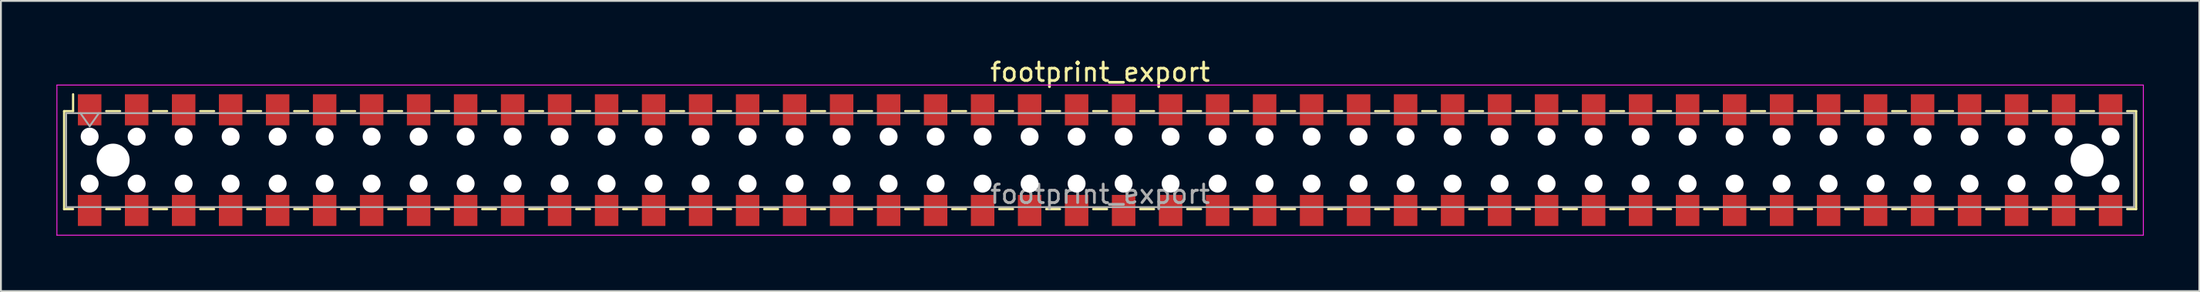
<source format=kicad_pcb>
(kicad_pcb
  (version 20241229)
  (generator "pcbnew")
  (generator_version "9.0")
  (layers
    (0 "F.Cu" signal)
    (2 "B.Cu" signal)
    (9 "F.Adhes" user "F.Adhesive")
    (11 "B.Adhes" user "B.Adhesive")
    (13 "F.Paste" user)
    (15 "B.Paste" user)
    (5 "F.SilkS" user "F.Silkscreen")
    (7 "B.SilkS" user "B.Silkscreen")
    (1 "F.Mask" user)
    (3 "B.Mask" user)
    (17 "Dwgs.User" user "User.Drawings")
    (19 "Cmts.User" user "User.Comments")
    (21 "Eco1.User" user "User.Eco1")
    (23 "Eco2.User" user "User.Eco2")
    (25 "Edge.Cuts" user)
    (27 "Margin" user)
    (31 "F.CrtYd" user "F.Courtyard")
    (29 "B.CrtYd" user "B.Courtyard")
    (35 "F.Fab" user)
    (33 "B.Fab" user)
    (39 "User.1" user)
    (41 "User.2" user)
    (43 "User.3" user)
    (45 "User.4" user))
  (footprint "footprint_export"
    (layer "F.Cu")
    (at 56.405 5.608)
    (property "Reference" "footprint_export" (at 0 -4.76 0) (layer "F.SilkS") (effects (font (size 1 1) (thickness 0.15))))
    (attr smd)
    (fp_line (start -55.99 -2.65) (end -55.99 2.65) (stroke (width 0.12) (type solid)) (layer "F.SilkS"))
    (fp_line (start -55.99 2.65) (end -55.505 2.65) (stroke (width 0.12) (type solid)) (layer "F.SilkS"))
    (fp_line (start -55.505 -3.56) (end -55.505 -2.65) (stroke (width 0.12) (type solid)) (layer "F.SilkS"))
    (fp_line (start -55.505 -2.65) (end -55.99 -2.65) (stroke (width 0.12) (type solid)) (layer "F.SilkS"))
    (fp_line (start -53.715 -2.65) (end -52.965 -2.65) (stroke (width 0.12) (type solid)) (layer "F.SilkS"))
    (fp_line (start -53.715 2.65) (end -52.965 2.65) (stroke (width 0.12) (type solid)) (layer "F.SilkS"))
    (fp_line (start -51.175 -2.65) (end -50.425 -2.65) (stroke (width 0.12) (type solid)) (layer "F.SilkS"))
    (fp_line (start -51.175 2.65) (end -50.425 2.65) (stroke (width 0.12) (type solid)) (layer "F.SilkS"))
    (fp_line (start -48.635 -2.65) (end -47.885 -2.65) (stroke (width 0.12) (type solid)) (layer "F.SilkS"))
    (fp_line (start -48.635 2.65) (end -47.885 2.65) (stroke (width 0.12) (type solid)) (layer "F.SilkS"))
    (fp_line (start -46.095 -2.65) (end -45.345 -2.65) (stroke (width 0.12) (type solid)) (layer "F.SilkS"))
    (fp_line (start -46.095 2.65) (end -45.345 2.65) (stroke (width 0.12) (type solid)) (layer "F.SilkS"))
    (fp_line (start -43.555 -2.65) (end -42.805 -2.65) (stroke (width 0.12) (type solid)) (layer "F.SilkS"))
    (fp_line (start -43.555 2.65) (end -42.805 2.65) (stroke (width 0.12) (type solid)) (layer "F.SilkS"))
    (fp_line (start -41.015 -2.65) (end -40.265 -2.65) (stroke (width 0.12) (type solid)) (layer "F.SilkS"))
    (fp_line (start -41.015 2.65) (end -40.265 2.65) (stroke (width 0.12) (type solid)) (layer "F.SilkS"))
    (fp_line (start -38.475 -2.65) (end -37.725 -2.65) (stroke (width 0.12) (type solid)) (layer "F.SilkS"))
    (fp_line (start -38.475 2.65) (end -37.725 2.65) (stroke (width 0.12) (type solid)) (layer "F.SilkS"))
    (fp_line (start -35.935 -2.65) (end -35.185 -2.65) (stroke (width 0.12) (type solid)) (layer "F.SilkS"))
    (fp_line (start -35.935 2.65) (end -35.185 2.65) (stroke (width 0.12) (type solid)) (layer "F.SilkS"))
    (fp_line (start -33.395 -2.65) (end -32.645 -2.65) (stroke (width 0.12) (type solid)) (layer "F.SilkS"))
    (fp_line (start -33.395 2.65) (end -32.645 2.65) (stroke (width 0.12) (type solid)) (layer "F.SilkS"))
    (fp_line (start -30.855 -2.65) (end -30.105 -2.65) (stroke (width 0.12) (type solid)) (layer "F.SilkS"))
    (fp_line (start -30.855 2.65) (end -30.105 2.65) (stroke (width 0.12) (type solid)) (layer "F.SilkS"))
    (fp_line (start -28.315 -2.65) (end -27.565 -2.65) (stroke (width 0.12) (type solid)) (layer "F.SilkS"))
    (fp_line (start -28.315 2.65) (end -27.565 2.65) (stroke (width 0.12) (type solid)) (layer "F.SilkS"))
    (fp_line (start -25.775 -2.65) (end -25.025 -2.65) (stroke (width 0.12) (type solid)) (layer "F.SilkS"))
    (fp_line (start -25.775 2.65) (end -25.025 2.65) (stroke (width 0.12) (type solid)) (layer "F.SilkS"))
    (fp_line (start -23.235 -2.65) (end -22.485 -2.65) (stroke (width 0.12) (type solid)) (layer "F.SilkS"))
    (fp_line (start -23.235 2.65) (end -22.485 2.65) (stroke (width 0.12) (type solid)) (layer "F.SilkS"))
    (fp_line (start -20.695 -2.65) (end -19.945 -2.65) (stroke (width 0.12) (type solid)) (layer "F.SilkS"))
    (fp_line (start -20.695 2.65) (end -19.945 2.65) (stroke (width 0.12) (type solid)) (layer "F.SilkS"))
    (fp_line (start -18.155 -2.65) (end -17.405 -2.65) (stroke (width 0.12) (type solid)) (layer "F.SilkS"))
    (fp_line (start -18.155 2.65) (end -17.405 2.65) (stroke (width 0.12) (type solid)) (layer "F.SilkS"))
    (fp_line (start -15.615 -2.65) (end -14.865 -2.65) (stroke (width 0.12) (type solid)) (layer "F.SilkS"))
    (fp_line (start -15.615 2.65) (end -14.865 2.65) (stroke (width 0.12) (type solid)) (layer "F.SilkS"))
    (fp_line (start -13.075 -2.65) (end -12.325 -2.65) (stroke (width 0.12) (type solid)) (layer "F.SilkS"))
    (fp_line (start -13.075 2.65) (end -12.325 2.65) (stroke (width 0.12) (type solid)) (layer "F.SilkS"))
    (fp_line (start -10.535 -2.65) (end -9.785 -2.65) (stroke (width 0.12) (type solid)) (layer "F.SilkS"))
    (fp_line (start -10.535 2.65) (end -9.785 2.65) (stroke (width 0.12) (type solid)) (layer "F.SilkS"))
    (fp_line (start -7.995 -2.65) (end -7.245 -2.65) (stroke (width 0.12) (type solid)) (layer "F.SilkS"))
    (fp_line (start -7.995 2.65) (end -7.245 2.65) (stroke (width 0.12) (type solid)) (layer "F.SilkS"))
    (fp_line (start -5.455 -2.65) (end -4.705 -2.65) (stroke (width 0.12) (type solid)) (layer "F.SilkS"))
    (fp_line (start -5.455 2.65) (end -4.705 2.65) (stroke (width 0.12) (type solid)) (layer "F.SilkS"))
    (fp_line (start -2.915 -2.65) (end -2.165 -2.65) (stroke (width 0.12) (type solid)) (layer "F.SilkS"))
    (fp_line (start -2.915 2.65) (end -2.165 2.65) (stroke (width 0.12) (type solid)) (layer "F.SilkS"))
    (fp_line (start -0.375 -2.65) (end 0.375 -2.65) (stroke (width 0.12) (type solid)) (layer "F.SilkS"))
    (fp_line (start -0.375 2.65) (end 0.375 2.65) (stroke (width 0.12) (type solid)) (layer "F.SilkS"))
    (fp_line (start 2.165 -2.65) (end 2.915 -2.65) (stroke (width 0.12) (type solid)) (layer "F.SilkS"))
    (fp_line (start 2.165 2.65) (end 2.915 2.65) (stroke (width 0.12) (type solid)) (layer "F.SilkS"))
    (fp_line (start 4.705 -2.65) (end 5.455 -2.65) (stroke (width 0.12) (type solid)) (layer "F.SilkS"))
    (fp_line (start 4.705 2.65) (end 5.455 2.65) (stroke (width 0.12) (type solid)) (layer "F.SilkS"))
    (fp_line (start 7.245 -2.65) (end 7.995 -2.65) (stroke (width 0.12) (type solid)) (layer "F.SilkS"))
    (fp_line (start 7.245 2.65) (end 7.995 2.65) (stroke (width 0.12) (type solid)) (layer "F.SilkS"))
    (fp_line (start 9.785 -2.65) (end 10.535 -2.65) (stroke (width 0.12) (type solid)) (layer "F.SilkS"))
    (fp_line (start 9.785 2.65) (end 10.535 2.65) (stroke (width 0.12) (type solid)) (layer "F.SilkS"))
    (fp_line (start 12.325 -2.65) (end 13.075 -2.65) (stroke (width 0.12) (type solid)) (layer "F.SilkS"))
    (fp_line (start 12.325 2.65) (end 13.075 2.65) (stroke (width 0.12) (type solid)) (layer "F.SilkS"))
    (fp_line (start 14.865 -2.65) (end 15.615 -2.65) (stroke (width 0.12) (type solid)) (layer "F.SilkS"))
    (fp_line (start 14.865 2.65) (end 15.615 2.65) (stroke (width 0.12) (type solid)) (layer "F.SilkS"))
    (fp_line (start 17.405 -2.65) (end 18.155 -2.65) (stroke (width 0.12) (type solid)) (layer "F.SilkS"))
    (fp_line (start 17.405 2.65) (end 18.155 2.65) (stroke (width 0.12) (type solid)) (layer "F.SilkS"))
    (fp_line (start 19.945 -2.65) (end 20.695 -2.65) (stroke (width 0.12) (type solid)) (layer "F.SilkS"))
    (fp_line (start 19.945 2.65) (end 20.695 2.65) (stroke (width 0.12) (type solid)) (layer "F.SilkS"))
    (fp_line (start 22.485 -2.65) (end 23.235 -2.65) (stroke (width 0.12) (type solid)) (layer "F.SilkS"))
    (fp_line (start 22.485 2.65) (end 23.235 2.65) (stroke (width 0.12) (type solid)) (layer "F.SilkS"))
    (fp_line (start 25.025 -2.65) (end 25.775 -2.65) (stroke (width 0.12) (type solid)) (layer "F.SilkS"))
    (fp_line (start 25.025 2.65) (end 25.775 2.65) (stroke (width 0.12) (type solid)) (layer "F.SilkS"))
    (fp_line (start 27.565 -2.65) (end 28.315 -2.65) (stroke (width 0.12) (type solid)) (layer "F.SilkS"))
    (fp_line (start 27.565 2.65) (end 28.315 2.65) (stroke (width 0.12) (type solid)) (layer "F.SilkS"))
    (fp_line (start 30.105 -2.65) (end 30.855 -2.65) (stroke (width 0.12) (type solid)) (layer "F.SilkS"))
    (fp_line (start 30.105 2.65) (end 30.855 2.65) (stroke (width 0.12) (type solid)) (layer "F.SilkS"))
    (fp_line (start 32.645 -2.65) (end 33.395 -2.65) (stroke (width 0.12) (type solid)) (layer "F.SilkS"))
    (fp_line (start 32.645 2.65) (end 33.395 2.65) (stroke (width 0.12) (type solid)) (layer "F.SilkS"))
    (fp_line (start 35.185 -2.65) (end 35.935 -2.65) (stroke (width 0.12) (type solid)) (layer "F.SilkS"))
    (fp_line (start 35.185 2.65) (end 35.935 2.65) (stroke (width 0.12) (type solid)) (layer "F.SilkS"))
    (fp_line (start 37.725 -2.65) (end 38.475 -2.65) (stroke (width 0.12) (type solid)) (layer "F.SilkS"))
    (fp_line (start 37.725 2.65) (end 38.475 2.65) (stroke (width 0.12) (type solid)) (layer "F.SilkS"))
    (fp_line (start 40.265 -2.65) (end 41.015 -2.65) (stroke (width 0.12) (type solid)) (layer "F.SilkS"))
    (fp_line (start 40.265 2.65) (end 41.015 2.65) (stroke (width 0.12) (type solid)) (layer "F.SilkS"))
    (fp_line (start 42.805 -2.65) (end 43.555 -2.65) (stroke (width 0.12) (type solid)) (layer "F.SilkS"))
    (fp_line (start 42.805 2.65) (end 43.555 2.65) (stroke (width 0.12) (type solid)) (layer "F.SilkS"))
    (fp_line (start 45.345 -2.65) (end 46.095 -2.65) (stroke (width 0.12) (type solid)) (layer "F.SilkS"))
    (fp_line (start 45.345 2.65) (end 46.095 2.65) (stroke (width 0.12) (type solid)) (layer "F.SilkS"))
    (fp_line (start 47.885 -2.65) (end 48.635 -2.65) (stroke (width 0.12) (type solid)) (layer "F.SilkS"))
    (fp_line (start 47.885 2.65) (end 48.635 2.65) (stroke (width 0.12) (type solid)) (layer "F.SilkS"))
    (fp_line (start 50.425 -2.65) (end 51.175 -2.65) (stroke (width 0.12) (type solid)) (layer "F.SilkS"))
    (fp_line (start 50.425 2.65) (end 51.175 2.65) (stroke (width 0.12) (type solid)) (layer "F.SilkS"))
    (fp_line (start 52.965 -2.65) (end 53.715 -2.65) (stroke (width 0.12) (type solid)) (layer "F.SilkS"))
    (fp_line (start 52.965 2.65) (end 53.715 2.65) (stroke (width 0.12) (type solid)) (layer "F.SilkS"))
    (fp_line (start 55.505 -2.65) (end 55.99 -2.65) (stroke (width 0.12) (type solid)) (layer "F.SilkS"))
    (fp_line (start 55.99 -2.65) (end 55.99 2.65) (stroke (width 0.12) (type solid)) (layer "F.SilkS"))
    (fp_line (start 55.99 2.65) (end 55.505 2.65) (stroke (width 0.12) (type solid)) (layer "F.SilkS"))
    (fp_line (start -56.38 -4.06) (end 56.38 -4.06) (stroke (width 0.05) (type solid)) (layer "F.CrtYd"))
    (fp_line (start -56.38 4.06) (end -56.38 -4.06) (stroke (width 0.05) (type solid)) (layer "F.CrtYd"))
    (fp_line (start 56.38 -4.06) (end 56.38 4.06) (stroke (width 0.05) (type solid)) (layer "F.CrtYd"))
    (fp_line (start 56.38 4.06) (end -56.38 4.06) (stroke (width 0.05) (type solid)) (layer "F.CrtYd"))
    (fp_line (start -55.88 -2.54) (end 55.88 -2.54) (stroke (width 0.1) (type solid)) (layer "F.Fab"))
    (fp_line (start -55.88 2.54) (end -55.88 -2.54) (stroke (width 0.1) (type solid)) (layer "F.Fab"))
    (fp_line (start -55.11 -2.54) (end -54.61 -1.833) (stroke (width 0.1) (type solid)) (layer "F.Fab"))
    (fp_line (start -54.61 -1.833) (end -54.11 -2.54) (stroke (width 0.1) (type solid)) (layer "F.Fab"))
    (fp_line (start 55.88 -2.54) (end 55.88 2.54) (stroke (width 0.1) (type solid)) (layer "F.Fab"))
    (fp_line (start 55.88 2.54) (end -55.88 2.54) (stroke (width 0.1) (type solid)) (layer "F.Fab"))
    (fp_text user "${REFERENCE}" (at 0 1.84 0) (layer "F.Fab") (effects (font (size 1 1) (thickness 0.15))))
    (pad "" np_thru_hole circle (at -54.61 -1.27) (size 0.97 0.97) (drill 0.97) (layers "*.Cu" "*.Mask"))
    (pad "" np_thru_hole circle (at -54.61 1.27) (size 0.97 0.97) (drill 0.97) (layers "*.Cu" "*.Mask"))
    (pad "" np_thru_hole circle (at -53.34 0) (size 1.78 1.78) (drill 1.78) (layers "*.Cu" "*.Mask"))
    (pad "" np_thru_hole circle (at -52.07 -1.27) (size 0.97 0.97) (drill 0.97) (layers "*.Cu" "*.Mask"))
    (pad "" np_thru_hole circle (at -52.07 1.27) (size 0.97 0.97) (drill 0.97) (layers "*.Cu" "*.Mask"))
    (pad "" np_thru_hole circle (at -49.53 -1.27) (size 0.97 0.97) (drill 0.97) (layers "*.Cu" "*.Mask"))
    (pad "" np_thru_hole circle (at -49.53 1.27) (size 0.97 0.97) (drill 0.97) (layers "*.Cu" "*.Mask"))
    (pad "" np_thru_hole circle (at -46.99 -1.27) (size 0.97 0.97) (drill 0.97) (layers "*.Cu" "*.Mask"))
    (pad "" np_thru_hole circle (at -46.99 1.27) (size 0.97 0.97) (drill 0.97) (layers "*.Cu" "*.Mask"))
    (pad "" np_thru_hole circle (at -44.45 -1.27) (size 0.97 0.97) (drill 0.97) (layers "*.Cu" "*.Mask"))
    (pad "" np_thru_hole circle (at -44.45 1.27) (size 0.97 0.97) (drill 0.97) (layers "*.Cu" "*.Mask"))
    (pad "" np_thru_hole circle (at -41.91 -1.27) (size 0.97 0.97) (drill 0.97) (layers "*.Cu" "*.Mask"))
    (pad "" np_thru_hole circle (at -41.91 1.27) (size 0.97 0.97) (drill 0.97) (layers "*.Cu" "*.Mask"))
    (pad "" np_thru_hole circle (at -39.37 -1.27) (size 0.97 0.97) (drill 0.97) (layers "*.Cu" "*.Mask"))
    (pad "" np_thru_hole circle (at -39.37 1.27) (size 0.97 0.97) (drill 0.97) (layers "*.Cu" "*.Mask"))
    (pad "" np_thru_hole circle (at -36.83 -1.27) (size 0.97 0.97) (drill 0.97) (layers "*.Cu" "*.Mask"))
    (pad "" np_thru_hole circle (at -36.83 1.27) (size 0.97 0.97) (drill 0.97) (layers "*.Cu" "*.Mask"))
    (pad "" np_thru_hole circle (at -34.29 -1.27) (size 0.97 0.97) (drill 0.97) (layers "*.Cu" "*.Mask"))
    (pad "" np_thru_hole circle (at -34.29 1.27) (size 0.97 0.97) (drill 0.97) (layers "*.Cu" "*.Mask"))
    (pad "" np_thru_hole circle (at -31.75 -1.27) (size 0.97 0.97) (drill 0.97) (layers "*.Cu" "*.Mask"))
    (pad "" np_thru_hole circle (at -31.75 1.27) (size 0.97 0.97) (drill 0.97) (layers "*.Cu" "*.Mask"))
    (pad "" np_thru_hole circle (at -29.21 -1.27) (size 0.97 0.97) (drill 0.97) (layers "*.Cu" "*.Mask"))
    (pad "" np_thru_hole circle (at -29.21 1.27) (size 0.97 0.97) (drill 0.97) (layers "*.Cu" "*.Mask"))
    (pad "" np_thru_hole circle (at -26.67 -1.27) (size 0.97 0.97) (drill 0.97) (layers "*.Cu" "*.Mask"))
    (pad "" np_thru_hole circle (at -26.67 1.27) (size 0.97 0.97) (drill 0.97) (layers "*.Cu" "*.Mask"))
    (pad "" np_thru_hole circle (at -24.13 -1.27) (size 0.97 0.97) (drill 0.97) (layers "*.Cu" "*.Mask"))
    (pad "" np_thru_hole circle (at -24.13 1.27) (size 0.97 0.97) (drill 0.97) (layers "*.Cu" "*.Mask"))
    (pad "" np_thru_hole circle (at -21.59 -1.27) (size 0.97 0.97) (drill 0.97) (layers "*.Cu" "*.Mask"))
    (pad "" np_thru_hole circle (at -21.59 1.27) (size 0.97 0.97) (drill 0.97) (layers "*.Cu" "*.Mask"))
    (pad "" np_thru_hole circle (at -19.05 -1.27) (size 0.97 0.97) (drill 0.97) (layers "*.Cu" "*.Mask"))
    (pad "" np_thru_hole circle (at -19.05 1.27) (size 0.97 0.97) (drill 0.97) (layers "*.Cu" "*.Mask"))
    (pad "" np_thru_hole circle (at -16.51 -1.27) (size 0.97 0.97) (drill 0.97) (layers "*.Cu" "*.Mask"))
    (pad "" np_thru_hole circle (at -16.51 1.27) (size 0.97 0.97) (drill 0.97) (layers "*.Cu" "*.Mask"))
    (pad "" np_thru_hole circle (at -13.97 -1.27) (size 0.97 0.97) (drill 0.97) (layers "*.Cu" "*.Mask"))
    (pad "" np_thru_hole circle (at -13.97 1.27) (size 0.97 0.97) (drill 0.97) (layers "*.Cu" "*.Mask"))
    (pad "" np_thru_hole circle (at -11.43 -1.27) (size 0.97 0.97) (drill 0.97) (layers "*.Cu" "*.Mask"))
    (pad "" np_thru_hole circle (at -11.43 1.27) (size 0.97 0.97) (drill 0.97) (layers "*.Cu" "*.Mask"))
    (pad "" np_thru_hole circle (at -8.89 -1.27) (size 0.97 0.97) (drill 0.97) (layers "*.Cu" "*.Mask"))
    (pad "" np_thru_hole circle (at -8.89 1.27) (size 0.97 0.97) (drill 0.97) (layers "*.Cu" "*.Mask"))
    (pad "" np_thru_hole circle (at -6.35 -1.27) (size 0.97 0.97) (drill 0.97) (layers "*.Cu" "*.Mask"))
    (pad "" np_thru_hole circle (at -6.35 1.27) (size 0.97 0.97) (drill 0.97) (layers "*.Cu" "*.Mask"))
    (pad "" np_thru_hole circle (at -3.81 -1.27) (size 0.97 0.97) (drill 0.97) (layers "*.Cu" "*.Mask"))
    (pad "" np_thru_hole circle (at -3.81 1.27) (size 0.97 0.97) (drill 0.97) (layers "*.Cu" "*.Mask"))
    (pad "" np_thru_hole circle (at -1.27 -1.27) (size 0.97 0.97) (drill 0.97) (layers "*.Cu" "*.Mask"))
    (pad "" np_thru_hole circle (at -1.27 1.27) (size 0.97 0.97) (drill 0.97) (layers "*.Cu" "*.Mask"))
    (pad "" np_thru_hole circle (at 1.27 -1.27) (size 0.97 0.97) (drill 0.97) (layers "*.Cu" "*.Mask"))
    (pad "" np_thru_hole circle (at 1.27 1.27) (size 0.97 0.97) (drill 0.97) (layers "*.Cu" "*.Mask"))
    (pad "" np_thru_hole circle (at 3.81 -1.27) (size 0.97 0.97) (drill 0.97) (layers "*.Cu" "*.Mask"))
    (pad "" np_thru_hole circle (at 3.81 1.27) (size 0.97 0.97) (drill 0.97) (layers "*.Cu" "*.Mask"))
    (pad "" np_thru_hole circle (at 6.35 -1.27) (size 0.97 0.97) (drill 0.97) (layers "*.Cu" "*.Mask"))
    (pad "" np_thru_hole circle (at 6.35 1.27) (size 0.97 0.97) (drill 0.97) (layers "*.Cu" "*.Mask"))
    (pad "" np_thru_hole circle (at 8.89 -1.27) (size 0.97 0.97) (drill 0.97) (layers "*.Cu" "*.Mask"))
    (pad "" np_thru_hole circle (at 8.89 1.27) (size 0.97 0.97) (drill 0.97) (layers "*.Cu" "*.Mask"))
    (pad "" np_thru_hole circle (at 11.43 -1.27) (size 0.97 0.97) (drill 0.97) (layers "*.Cu" "*.Mask"))
    (pad "" np_thru_hole circle (at 11.43 1.27) (size 0.97 0.97) (drill 0.97) (layers "*.Cu" "*.Mask"))
    (pad "" np_thru_hole circle (at 13.97 -1.27) (size 0.97 0.97) (drill 0.97) (layers "*.Cu" "*.Mask"))
    (pad "" np_thru_hole circle (at 13.97 1.27) (size 0.97 0.97) (drill 0.97) (layers "*.Cu" "*.Mask"))
    (pad "" np_thru_hole circle (at 16.51 -1.27) (size 0.97 0.97) (drill 0.97) (layers "*.Cu" "*.Mask"))
    (pad "" np_thru_hole circle (at 16.51 1.27) (size 0.97 0.97) (drill 0.97) (layers "*.Cu" "*.Mask"))
    (pad "" np_thru_hole circle (at 19.05 -1.27) (size 0.97 0.97) (drill 0.97) (layers "*.Cu" "*.Mask"))
    (pad "" np_thru_hole circle (at 19.05 1.27) (size 0.97 0.97) (drill 0.97) (layers "*.Cu" "*.Mask"))
    (pad "" np_thru_hole circle (at 21.59 -1.27) (size 0.97 0.97) (drill 0.97) (layers "*.Cu" "*.Mask"))
    (pad "" np_thru_hole circle (at 21.59 1.27) (size 0.97 0.97) (drill 0.97) (layers "*.Cu" "*.Mask"))
    (pad "" np_thru_hole circle (at 24.13 -1.27) (size 0.97 0.97) (drill 0.97) (layers "*.Cu" "*.Mask"))
    (pad "" np_thru_hole circle (at 24.13 1.27) (size 0.97 0.97) (drill 0.97) (layers "*.Cu" "*.Mask"))
    (pad "" np_thru_hole circle (at 26.67 -1.27) (size 0.97 0.97) (drill 0.97) (layers "*.Cu" "*.Mask"))
    (pad "" np_thru_hole circle (at 26.67 1.27) (size 0.97 0.97) (drill 0.97) (layers "*.Cu" "*.Mask"))
    (pad "" np_thru_hole circle (at 29.21 -1.27) (size 0.97 0.97) (drill 0.97) (layers "*.Cu" "*.Mask"))
    (pad "" np_thru_hole circle (at 29.21 1.27) (size 0.97 0.97) (drill 0.97) (layers "*.Cu" "*.Mask"))
    (pad "" np_thru_hole circle (at 31.75 -1.27) (size 0.97 0.97) (drill 0.97) (layers "*.Cu" "*.Mask"))
    (pad "" np_thru_hole circle (at 31.75 1.27) (size 0.97 0.97) (drill 0.97) (layers "*.Cu" "*.Mask"))
    (pad "" np_thru_hole circle (at 34.29 -1.27) (size 0.97 0.97) (drill 0.97) (layers "*.Cu" "*.Mask"))
    (pad "" np_thru_hole circle (at 34.29 1.27) (size 0.97 0.97) (drill 0.97) (layers "*.Cu" "*.Mask"))
    (pad "" np_thru_hole circle (at 36.83 -1.27) (size 0.97 0.97) (drill 0.97) (layers "*.Cu" "*.Mask"))
    (pad "" np_thru_hole circle (at 36.83 1.27) (size 0.97 0.97) (drill 0.97) (layers "*.Cu" "*.Mask"))
    (pad "" np_thru_hole circle (at 39.37 -1.27) (size 0.97 0.97) (drill 0.97) (layers "*.Cu" "*.Mask"))
    (pad "" np_thru_hole circle (at 39.37 1.27) (size 0.97 0.97) (drill 0.97) (layers "*.Cu" "*.Mask"))
    (pad "" np_thru_hole circle (at 41.91 -1.27) (size 0.97 0.97) (drill 0.97) (layers "*.Cu" "*.Mask"))
    (pad "" np_thru_hole circle (at 41.91 1.27) (size 0.97 0.97) (drill 0.97) (layers "*.Cu" "*.Mask"))
    (pad "" np_thru_hole circle (at 44.45 -1.27) (size 0.97 0.97) (drill 0.97) (layers "*.Cu" "*.Mask"))
    (pad "" np_thru_hole circle (at 44.45 1.27) (size 0.97 0.97) (drill 0.97) (layers "*.Cu" "*.Mask"))
    (pad "" np_thru_hole circle (at 46.99 -1.27) (size 0.97 0.97) (drill 0.97) (layers "*.Cu" "*.Mask"))
    (pad "" np_thru_hole circle (at 46.99 1.27) (size 0.97 0.97) (drill 0.97) (layers "*.Cu" "*.Mask"))
    (pad "" np_thru_hole circle (at 49.53 -1.27) (size 0.97 0.97) (drill 0.97) (layers "*.Cu" "*.Mask"))
    (pad "" np_thru_hole circle (at 49.53 1.27) (size 0.97 0.97) (drill 0.97) (layers "*.Cu" "*.Mask"))
    (pad "" np_thru_hole circle (at 52.07 -1.27) (size 0.97 0.97) (drill 0.97) (layers "*.Cu" "*.Mask"))
    (pad "" np_thru_hole circle (at 52.07 1.27) (size 0.97 0.97) (drill 0.97) (layers "*.Cu" "*.Mask"))
    (pad "" np_thru_hole circle (at 53.34 0) (size 1.78 1.78) (drill 1.78) (layers "*.Cu" "*.Mask"))
    (pad "" np_thru_hole circle (at 54.61 -1.27) (size 0.97 0.97) (drill 0.97) (layers "*.Cu" "*.Mask"))
    (pad "" np_thru_hole circle (at 54.61 1.27) (size 0.97 0.97) (drill 0.97) (layers "*.Cu" "*.Mask"))
    (pad "1" smd rect (at -54.61 -2.72) (size 1.27 1.68) (layers "F.Cu" "F.Mask" "F.Paste"))
    (pad "2" smd rect (at -54.61 2.72) (size 1.27 1.68) (layers "F.Cu" "F.Mask" "F.Paste"))
    (pad "3" smd rect (at -52.07 -2.72) (size 1.27 1.68) (layers "F.Cu" "F.Mask" "F.Paste"))
    (pad "4" smd rect (at -52.07 2.72) (size 1.27 1.68) (layers "F.Cu" "F.Mask" "F.Paste"))
    (pad "5" smd rect (at -49.53 -2.72) (size 1.27 1.68) (layers "F.Cu" "F.Mask" "F.Paste"))
    (pad "6" smd rect (at -49.53 2.72) (size 1.27 1.68) (layers "F.Cu" "F.Mask" "F.Paste"))
    (pad "7" smd rect (at -46.99 -2.72) (size 1.27 1.68) (layers "F.Cu" "F.Mask" "F.Paste"))
    (pad "8" smd rect (at -46.99 2.72) (size 1.27 1.68) (layers "F.Cu" "F.Mask" "F.Paste"))
    (pad "9" smd rect (at -44.45 -2.72) (size 1.27 1.68) (layers "F.Cu" "F.Mask" "F.Paste"))
    (pad "10" smd rect (at -44.45 2.72) (size 1.27 1.68) (layers "F.Cu" "F.Mask" "F.Paste"))
    (pad "11" smd rect (at -41.91 -2.72) (size 1.27 1.68) (layers "F.Cu" "F.Mask" "F.Paste"))
    (pad "12" smd rect (at -41.91 2.72) (size 1.27 1.68) (layers "F.Cu" "F.Mask" "F.Paste"))
    (pad "13" smd rect (at -39.37 -2.72) (size 1.27 1.68) (layers "F.Cu" "F.Mask" "F.Paste"))
    (pad "14" smd rect (at -39.37 2.72) (size 1.27 1.68) (layers "F.Cu" "F.Mask" "F.Paste"))
    (pad "15" smd rect (at -36.83 -2.72) (size 1.27 1.68) (layers "F.Cu" "F.Mask" "F.Paste"))
    (pad "16" smd rect (at -36.83 2.72) (size 1.27 1.68) (layers "F.Cu" "F.Mask" "F.Paste"))
    (pad "17" smd rect (at -34.29 -2.72) (size 1.27 1.68) (layers "F.Cu" "F.Mask" "F.Paste"))
    (pad "18" smd rect (at -34.29 2.72) (size 1.27 1.68) (layers "F.Cu" "F.Mask" "F.Paste"))
    (pad "19" smd rect (at -31.75 -2.72) (size 1.27 1.68) (layers "F.Cu" "F.Mask" "F.Paste"))
    (pad "20" smd rect (at -31.75 2.72) (size 1.27 1.68) (layers "F.Cu" "F.Mask" "F.Paste"))
    (pad "21" smd rect (at -29.21 -2.72) (size 1.27 1.68) (layers "F.Cu" "F.Mask" "F.Paste"))
    (pad "22" smd rect (at -29.21 2.72) (size 1.27 1.68) (layers "F.Cu" "F.Mask" "F.Paste"))
    (pad "23" smd rect (at -26.67 -2.72) (size 1.27 1.68) (layers "F.Cu" "F.Mask" "F.Paste"))
    (pad "24" smd rect (at -26.67 2.72) (size 1.27 1.68) (layers "F.Cu" "F.Mask" "F.Paste"))
    (pad "25" smd rect (at -24.13 -2.72) (size 1.27 1.68) (layers "F.Cu" "F.Mask" "F.Paste"))
    (pad "26" smd rect (at -24.13 2.72) (size 1.27 1.68) (layers "F.Cu" "F.Mask" "F.Paste"))
    (pad "27" smd rect (at -21.59 -2.72) (size 1.27 1.68) (layers "F.Cu" "F.Mask" "F.Paste"))
    (pad "28" smd rect (at -21.59 2.72) (size 1.27 1.68) (layers "F.Cu" "F.Mask" "F.Paste"))
    (pad "29" smd rect (at -19.05 -2.72) (size 1.27 1.68) (layers "F.Cu" "F.Mask" "F.Paste"))
    (pad "30" smd rect (at -19.05 2.72) (size 1.27 1.68) (layers "F.Cu" "F.Mask" "F.Paste"))
    (pad "31" smd rect (at -16.51 -2.72) (size 1.27 1.68) (layers "F.Cu" "F.Mask" "F.Paste"))
    (pad "32" smd rect (at -16.51 2.72) (size 1.27 1.68) (layers "F.Cu" "F.Mask" "F.Paste"))
    (pad "33" smd rect (at -13.97 -2.72) (size 1.27 1.68) (layers "F.Cu" "F.Mask" "F.Paste"))
    (pad "34" smd rect (at -13.97 2.72) (size 1.27 1.68) (layers "F.Cu" "F.Mask" "F.Paste"))
    (pad "35" smd rect (at -11.43 -2.72) (size 1.27 1.68) (layers "F.Cu" "F.Mask" "F.Paste"))
    (pad "36" smd rect (at -11.43 2.72) (size 1.27 1.68) (layers "F.Cu" "F.Mask" "F.Paste"))
    (pad "37" smd rect (at -8.89 -2.72) (size 1.27 1.68) (layers "F.Cu" "F.Mask" "F.Paste"))
    (pad "38" smd rect (at -8.89 2.72) (size 1.27 1.68) (layers "F.Cu" "F.Mask" "F.Paste"))
    (pad "39" smd rect (at -6.35 -2.72) (size 1.27 1.68) (layers "F.Cu" "F.Mask" "F.Paste"))
    (pad "40" smd rect (at -6.35 2.72) (size 1.27 1.68) (layers "F.Cu" "F.Mask" "F.Paste"))
    (pad "41" smd rect (at -3.81 -2.72) (size 1.27 1.68) (layers "F.Cu" "F.Mask" "F.Paste"))
    (pad "42" smd rect (at -3.81 2.72) (size 1.27 1.68) (layers "F.Cu" "F.Mask" "F.Paste"))
    (pad "43" smd rect (at -1.27 -2.72) (size 1.27 1.68) (layers "F.Cu" "F.Mask" "F.Paste"))
    (pad "44" smd rect (at -1.27 2.72) (size 1.27 1.68) (layers "F.Cu" "F.Mask" "F.Paste"))
    (pad "45" smd rect (at 1.27 -2.72) (size 1.27 1.68) (layers "F.Cu" "F.Mask" "F.Paste"))
    (pad "46" smd rect (at 1.27 2.72) (size 1.27 1.68) (layers "F.Cu" "F.Mask" "F.Paste"))
    (pad "47" smd rect (at 3.81 -2.72) (size 1.27 1.68) (layers "F.Cu" "F.Mask" "F.Paste"))
    (pad "48" smd rect (at 3.81 2.72) (size 1.27 1.68) (layers "F.Cu" "F.Mask" "F.Paste"))
    (pad "49" smd rect (at 6.35 -2.72) (size 1.27 1.68) (layers "F.Cu" "F.Mask" "F.Paste"))
    (pad "50" smd rect (at 6.35 2.72) (size 1.27 1.68) (layers "F.Cu" "F.Mask" "F.Paste"))
    (pad "51" smd rect (at 8.89 -2.72) (size 1.27 1.68) (layers "F.Cu" "F.Mask" "F.Paste"))
    (pad "52" smd rect (at 8.89 2.72) (size 1.27 1.68) (layers "F.Cu" "F.Mask" "F.Paste"))
    (pad "53" smd rect (at 11.43 -2.72) (size 1.27 1.68) (layers "F.Cu" "F.Mask" "F.Paste"))
    (pad "54" smd rect (at 11.43 2.72) (size 1.27 1.68) (layers "F.Cu" "F.Mask" "F.Paste"))
    (pad "55" smd rect (at 13.97 -2.72) (size 1.27 1.68) (layers "F.Cu" "F.Mask" "F.Paste"))
    (pad "56" smd rect (at 13.97 2.72) (size 1.27 1.68) (layers "F.Cu" "F.Mask" "F.Paste"))
    (pad "57" smd rect (at 16.51 -2.72) (size 1.27 1.68) (layers "F.Cu" "F.Mask" "F.Paste"))
    (pad "58" smd rect (at 16.51 2.72) (size 1.27 1.68) (layers "F.Cu" "F.Mask" "F.Paste"))
    (pad "59" smd rect (at 19.05 -2.72) (size 1.27 1.68) (layers "F.Cu" "F.Mask" "F.Paste"))
    (pad "60" smd rect (at 19.05 2.72) (size 1.27 1.68) (layers "F.Cu" "F.Mask" "F.Paste"))
    (pad "61" smd rect (at 21.59 -2.72) (size 1.27 1.68) (layers "F.Cu" "F.Mask" "F.Paste"))
    (pad "62" smd rect (at 21.59 2.72) (size 1.27 1.68) (layers "F.Cu" "F.Mask" "F.Paste"))
    (pad "63" smd rect (at 24.13 -2.72) (size 1.27 1.68) (layers "F.Cu" "F.Mask" "F.Paste"))
    (pad "64" smd rect (at 24.13 2.72) (size 1.27 1.68) (layers "F.Cu" "F.Mask" "F.Paste"))
    (pad "65" smd rect (at 26.67 -2.72) (size 1.27 1.68) (layers "F.Cu" "F.Mask" "F.Paste"))
    (pad "66" smd rect (at 26.67 2.72) (size 1.27 1.68) (layers "F.Cu" "F.Mask" "F.Paste"))
    (pad "67" smd rect (at 29.21 -2.72) (size 1.27 1.68) (layers "F.Cu" "F.Mask" "F.Paste"))
    (pad "68" smd rect (at 29.21 2.72) (size 1.27 1.68) (layers "F.Cu" "F.Mask" "F.Paste"))
    (pad "69" smd rect (at 31.75 -2.72) (size 1.27 1.68) (layers "F.Cu" "F.Mask" "F.Paste"))
    (pad "70" smd rect (at 31.75 2.72) (size 1.27 1.68) (layers "F.Cu" "F.Mask" "F.Paste"))
    (pad "71" smd rect (at 34.29 -2.72) (size 1.27 1.68) (layers "F.Cu" "F.Mask" "F.Paste"))
    (pad "72" smd rect (at 34.29 2.72) (size 1.27 1.68) (layers "F.Cu" "F.Mask" "F.Paste"))
    (pad "73" smd rect (at 36.83 -2.72) (size 1.27 1.68) (layers "F.Cu" "F.Mask" "F.Paste"))
    (pad "74" smd rect (at 36.83 2.72) (size 1.27 1.68) (layers "F.Cu" "F.Mask" "F.Paste"))
    (pad "75" smd rect (at 39.37 -2.72) (size 1.27 1.68) (layers "F.Cu" "F.Mask" "F.Paste"))
    (pad "76" smd rect (at 39.37 2.72) (size 1.27 1.68) (layers "F.Cu" "F.Mask" "F.Paste"))
    (pad "77" smd rect (at 41.91 -2.72) (size 1.27 1.68) (layers "F.Cu" "F.Mask" "F.Paste"))
    (pad "78" smd rect (at 41.91 2.72) (size 1.27 1.68) (layers "F.Cu" "F.Mask" "F.Paste"))
    (pad "79" smd rect (at 44.45 -2.72) (size 1.27 1.68) (layers "F.Cu" "F.Mask" "F.Paste"))
    (pad "80" smd rect (at 44.45 2.72) (size 1.27 1.68) (layers "F.Cu" "F.Mask" "F.Paste"))
    (pad "81" smd rect (at 46.99 -2.72) (size 1.27 1.68) (layers "F.Cu" "F.Mask" "F.Paste"))
    (pad "82" smd rect (at 46.99 2.72) (size 1.27 1.68) (layers "F.Cu" "F.Mask" "F.Paste"))
    (pad "83" smd rect (at 49.53 -2.72) (size 1.27 1.68) (layers "F.Cu" "F.Mask" "F.Paste"))
    (pad "84" smd rect (at 49.53 2.72) (size 1.27 1.68) (layers "F.Cu" "F.Mask" "F.Paste"))
    (pad "85" smd rect (at 52.07 -2.72) (size 1.27 1.68) (layers "F.Cu" "F.Mask" "F.Paste"))
    (pad "86" smd rect (at 52.07 2.72) (size 1.27 1.68) (layers "F.Cu" "F.Mask" "F.Paste"))
    (pad "87" smd rect (at 54.61 -2.72) (size 1.27 1.68) (layers "F.Cu" "F.Mask" "F.Paste"))
    (pad "88" smd rect (at 54.61 2.72) (size 1.27 1.68) (layers "F.Cu" "F.Mask" "F.Paste")))
  (gr_rect
    (start -3 -3)
    (end 115.81 12.693)
    (stroke (width 0.1) (type default))
    (fill no)
    (layer "Edge.Cuts")))
</source>
